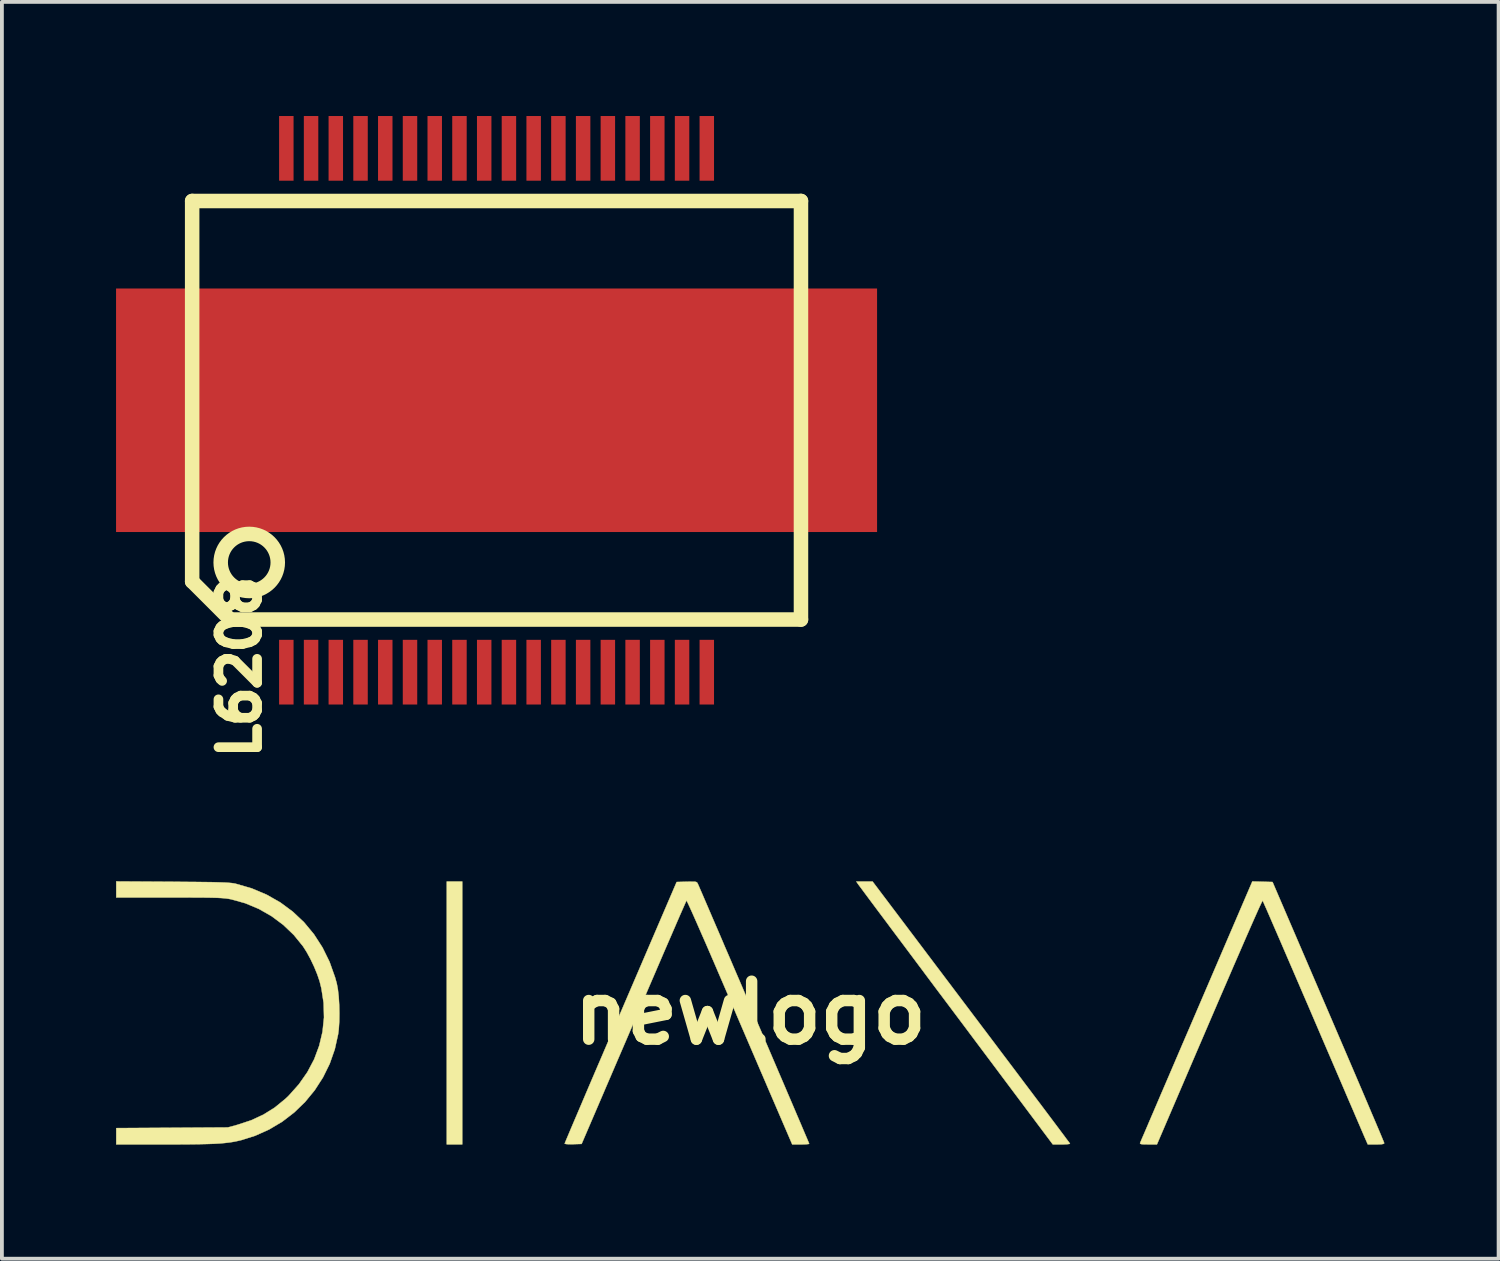
<source format=kicad_pcb>
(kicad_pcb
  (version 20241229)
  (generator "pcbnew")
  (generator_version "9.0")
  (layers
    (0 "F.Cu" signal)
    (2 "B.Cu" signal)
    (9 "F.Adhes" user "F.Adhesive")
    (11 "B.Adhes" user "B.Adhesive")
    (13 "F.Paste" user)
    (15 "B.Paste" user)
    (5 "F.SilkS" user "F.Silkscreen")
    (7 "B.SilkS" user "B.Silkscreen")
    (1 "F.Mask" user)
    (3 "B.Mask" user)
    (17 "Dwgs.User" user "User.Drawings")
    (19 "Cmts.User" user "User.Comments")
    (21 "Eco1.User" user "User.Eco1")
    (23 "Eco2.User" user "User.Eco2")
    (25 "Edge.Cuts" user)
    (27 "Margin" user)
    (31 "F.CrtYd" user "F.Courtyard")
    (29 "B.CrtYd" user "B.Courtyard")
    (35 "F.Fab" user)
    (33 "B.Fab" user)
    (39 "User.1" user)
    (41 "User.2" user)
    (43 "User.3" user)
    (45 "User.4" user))
  (footprint "newlogo"
    (layer "F.Cu")
    (at 16.667 23.571)
    (property "Reference" "newlogo" (at 0 0 0) (layer "F.SilkS") (effects (font (size 1.524 1.524) (thickness 0.3))))
    (attr through_hole)
    (fp_poly (pts (xy -7.569 3.454) (xy -7.976 3.454) (xy -7.976 -3.454) (xy -7.569 -3.454) (xy -7.569 3.454)) (stroke (width 0.01) (type solid)) (fill yes) (layer "F.SilkS"))
    (fp_poly (pts (xy 5.805 -0.02) (xy 6.084 0.35) (xy 6.355 0.709) (xy 6.616 1.056) (xy 6.866 1.387) (xy 7.102 1.701) (xy 7.324 1.996) (xy 7.53 2.269) (xy 7.718 2.519) (xy 7.886 2.743) (xy 8.034 2.94) (xy 8.159 3.107) (xy 8.26 3.242) (xy 8.335 3.343) (xy 8.384 3.407) (xy 8.403 3.434) (xy 8.403 3.434) (xy 8.384 3.443) (xy 8.324 3.45) (xy 8.235 3.454) (xy 8.181 3.454) (xy 7.951 3.454) (xy 5.409 0.059) (xy 5.132 -0.31) (xy 4.863 -0.668) (xy 4.604 -1.015) (xy 4.357 -1.346) (xy 4.122 -1.66) (xy 3.901 -1.955) (xy 3.696 -2.229) (xy 3.509 -2.48) (xy 3.341 -2.704) (xy 3.194 -2.901) (xy 3.069 -3.069) (xy 2.969 -3.204) (xy 2.894 -3.305) (xy 2.846 -3.369) (xy 2.827 -3.395) (xy 2.788 -3.454) (xy 3.215 -3.454) (xy 5.805 -0.02)) (stroke (width 0.01) (type solid)) (fill yes) (layer "F.SilkS"))
    (fp_poly (pts (xy 13.461 -3.449) (xy 13.726 -3.442) (xy 15.194 -0.025) (xy 15.364 0.371) (xy 15.528 0.754) (xy 15.686 1.122) (xy 15.836 1.472) (xy 15.977 1.802) (xy 16.108 2.109) (xy 16.228 2.391) (xy 16.335 2.644) (xy 16.43 2.866) (xy 16.51 3.055) (xy 16.574 3.207) (xy 16.621 3.321) (xy 16.651 3.394) (xy 16.662 3.422) (xy 16.662 3.423) (xy 16.646 3.439) (xy 16.592 3.45) (xy 16.496 3.454) (xy 16.446 3.454) (xy 16.229 3.454) (xy 16.182 3.346) (xy 16.166 3.31) (xy 16.131 3.23) (xy 16.079 3.109) (xy 16.011 2.95) (xy 15.927 2.755) (xy 15.83 2.528) (xy 15.719 2.272) (xy 15.598 1.988) (xy 15.466 1.681) (xy 15.325 1.353) (xy 15.176 1.006) (xy 15.02 0.644) (xy 14.86 0.27) (xy 14.809 0.152) (xy 14.648 -0.224) (xy 14.491 -0.587) (xy 14.342 -0.934) (xy 14.2 -1.263) (xy 14.067 -1.571) (xy 13.945 -1.855) (xy 13.833 -2.113) (xy 13.734 -2.341) (xy 13.649 -2.538) (xy 13.579 -2.699) (xy 13.524 -2.823) (xy 13.487 -2.907) (xy 13.468 -2.948) (xy 13.466 -2.952) (xy 13.457 -2.938) (xy 13.434 -2.893) (xy 13.396 -2.813) (xy 13.344 -2.699) (xy 13.277 -2.549) (xy 13.195 -2.364) (xy 13.097 -2.141) (xy 12.983 -1.88) (xy 12.853 -1.58) (xy 12.705 -1.24) (xy 12.541 -0.859) (xy 12.358 -0.437) (xy 12.158 0.028) (xy 11.94 0.536) (xy 11.702 1.089) (xy 11.446 1.687) (xy 11.246 2.153) (xy 10.688 3.454) (xy 10.459 3.454) (xy 10.349 3.453) (xy 10.282 3.448) (xy 10.249 3.438) (xy 10.243 3.422) (xy 10.245 3.418) (xy 10.256 3.391) (xy 10.286 3.32) (xy 10.335 3.207) (xy 10.4 3.056) (xy 10.48 2.868) (xy 10.575 2.647) (xy 10.683 2.395) (xy 10.803 2.114) (xy 10.935 1.808) (xy 11.076 1.479) (xy 11.226 1.129) (xy 11.384 0.761) (xy 11.549 0.378) (xy 11.719 -0.018) (xy 11.727 -0.037) (xy 13.195 -3.456) (xy 13.461 -3.449)) (stroke (width 0.01) (type solid)) (fill yes) (layer "F.SilkS"))
    (fp_poly (pts (xy -15.183 -3.448) (xy -14.865 -3.445) (xy -14.593 -3.443) (xy -14.364 -3.44) (xy -14.172 -3.438) (xy -14.014 -3.434) (xy -13.885 -3.43) (xy -13.781 -3.426) (xy -13.698 -3.42) (xy -13.631 -3.414) (xy -13.575 -3.406) (xy -13.528 -3.397) (xy -13.513 -3.393) (xy -13.097 -3.272) (xy -12.709 -3.108) (xy -12.35 -2.904) (xy -12.022 -2.661) (xy -11.726 -2.382) (xy -11.466 -2.068) (xy -11.242 -1.721) (xy -11.056 -1.343) (xy -10.911 -0.935) (xy -10.867 -0.777) (xy -10.838 -0.623) (xy -10.816 -0.432) (xy -10.803 -0.217) (xy -10.798 0.006) (xy -10.801 0.225) (xy -10.814 0.426) (xy -10.831 0.559) (xy -10.919 0.956) (xy -11.052 1.335) (xy -11.229 1.694) (xy -11.445 2.029) (xy -11.698 2.337) (xy -11.984 2.614) (xy -12.3 2.857) (xy -12.644 3.062) (xy -13.012 3.227) (xy -13.373 3.341) (xy -13.475 3.365) (xy -13.577 3.386) (xy -13.685 3.403) (xy -13.804 3.417) (xy -13.938 3.429) (xy -14.092 3.438) (xy -14.272 3.444) (xy -14.482 3.449) (xy -14.728 3.452) (xy -15.014 3.454) (xy -15.344 3.454) (xy -15.395 3.454) (xy -16.662 3.454) (xy -16.662 3.026) (xy -13.729 3.008) (xy -13.479 2.94) (xy -13.12 2.822) (xy -12.795 2.672) (xy -12.497 2.486) (xy -12.218 2.258) (xy -12.128 2.172) (xy -11.862 1.874) (xy -11.639 1.555) (xy -11.46 1.216) (xy -11.328 0.861) (xy -11.241 0.494) (xy -11.202 0.118) (xy -11.212 -0.263) (xy -11.271 -0.646) (xy -11.318 -0.835) (xy -11.379 -1.014) (xy -11.461 -1.214) (xy -11.557 -1.416) (xy -11.659 -1.603) (xy -11.754 -1.752) (xy -11.995 -2.049) (xy -12.272 -2.314) (xy -12.581 -2.544) (xy -12.916 -2.735) (xy -13.272 -2.884) (xy -13.642 -2.987) (xy -13.657 -2.99) (xy -13.711 -3) (xy -13.768 -3.008) (xy -13.834 -3.015) (xy -13.912 -3.021) (xy -14.008 -3.026) (xy -14.126 -3.029) (xy -14.271 -3.032) (xy -14.448 -3.033) (xy -14.66 -3.034) (xy -14.913 -3.035) (xy -15.211 -3.035) (xy -15.272 -3.035) (xy -16.662 -3.035) (xy -16.662 -3.246) (xy -16.662 -3.457) (xy -15.183 -3.448)) (stroke (width 0.01) (type solid)) (fill yes) (layer "F.SilkS"))
    (fp_poly (pts (xy -1.474 -3.451) (xy -1.427 -3.444) (xy -1.4 -3.431) (xy -1.385 -3.408) (xy -1.38 -3.398) (xy -1.359 -3.352) (xy -1.321 -3.264) (xy -1.266 -3.137) (xy -1.196 -2.974) (xy -1.112 -2.779) (xy -1.016 -2.555) (xy -0.908 -2.304) (xy -0.79 -2.031) (xy -0.665 -1.737) (xy -0.531 -1.427) (xy -0.393 -1.104) (xy -0.249 -0.77) (xy -0.103 -0.428) (xy 0.045 -0.083) (xy 0.193 0.263) (xy 0.341 0.607) (xy 0.486 0.946) (xy 0.627 1.276) (xy 0.763 1.594) (xy 0.893 1.897) (xy 1.015 2.183) (xy 1.128 2.447) (xy 1.23 2.687) (xy 1.321 2.899) (xy 1.398 3.081) (xy 1.461 3.229) (xy 1.508 3.339) (xy 1.538 3.41) (xy 1.549 3.438) (xy 1.549 3.438) (xy 1.526 3.445) (xy 1.463 3.451) (xy 1.372 3.454) (xy 1.326 3.454) (xy 1.103 3.454) (xy 0.592 2.267) (xy 0.499 2.051) (xy 0.389 1.794) (xy 0.264 1.504) (xy 0.128 1.187) (xy -0.017 0.85) (xy -0.168 0.498) (xy -0.322 0.14) (xy -0.476 -0.22) (xy -0.628 -0.574) (xy -0.775 -0.915) (xy -0.789 -0.947) (xy -0.919 -1.25) (xy -1.044 -1.539) (xy -1.161 -1.81) (xy -1.271 -2.06) (xy -1.37 -2.286) (xy -1.458 -2.485) (xy -1.533 -2.654) (xy -1.594 -2.788) (xy -1.639 -2.884) (xy -1.667 -2.941) (xy -1.676 -2.954) (xy -1.688 -2.928) (xy -1.719 -2.859) (xy -1.767 -2.75) (xy -1.831 -2.605) (xy -1.908 -2.428) (xy -1.997 -2.222) (xy -2.097 -1.991) (xy -2.207 -1.738) (xy -2.324 -1.466) (xy -2.447 -1.18) (xy -2.49 -1.079) (xy -2.634 -0.745) (xy -2.786 -0.39) (xy -2.944 -0.024) (xy -3.103 0.347) (xy -3.26 0.714) (xy -3.413 1.069) (xy -3.558 1.406) (xy -3.69 1.714) (xy -3.808 1.988) (xy -3.859 2.108) (xy -4.432 3.442) (xy -4.655 3.449) (xy -4.757 3.45) (xy -4.833 3.446) (xy -4.873 3.437) (xy -4.877 3.433) (xy -4.867 3.407) (xy -4.838 3.337) (xy -4.791 3.226) (xy -4.728 3.076) (xy -4.649 2.89) (xy -4.555 2.67) (xy -4.448 2.419) (xy -4.329 2.139) (xy -4.199 1.834) (xy -4.058 1.505) (xy -3.908 1.156) (xy -3.751 0.789) (xy -3.587 0.406) (xy -3.417 0.011) (xy -3.405 -0.016) (xy -1.934 -3.442) (xy -1.67 -3.449) (xy -1.551 -3.451) (xy -1.474 -3.451)) (stroke (width 0.01) (type solid)) (fill yes) (layer "F.SilkS")))
  (footprint "L6208"
    (layer "F.Cu")
    (at 10 7.732)
    (property "Reference" "L6208" (at -6.75 6.75 90) (layer "F.SilkS") (effects (font (size 1.016 1.016) (thickness 0.254))))
    (attr smd)
    (fp_line (start -8 -5.5) (end -8 4.5) (stroke (width 0.381) (type solid)) (layer "F.SilkS"))
    (fp_line (start -8 4.5) (end -7 5.5) (stroke (width 0.381) (type solid)) (layer "F.SilkS"))
    (fp_line (start -7 5.5) (end 8 5.5) (stroke (width 0.381) (type solid)) (layer "F.SilkS"))
    (fp_line (start 8 -5.5) (end -8 -5.5) (stroke (width 0.381) (type solid)) (layer "F.SilkS"))
    (fp_line (start 8 5.5) (end 8 -5.5) (stroke (width 0.381) (type solid)) (layer "F.SilkS"))
    (fp_circle (center -6.5 4) (end -6.5 3.25) (stroke (width 0.381) (type solid)) (fill no) (layer "F.SilkS"))
    (pad "CLOCK" smd rect (at 0.325 6.883) (size 0.38 1.7) (layers "F.Cu" "F.Mask" "F.Paste"))
    (pad "CONTROL" smd rect (at -0.325 -6.883) (size 0.38 1.7) (layers "F.Cu" "F.Mask" "F.Paste"))
    (pad "CW/CCW" smd rect (at 0.975 6.883) (size 0.38 1.7) (layers "F.Cu" "F.Mask" "F.Paste"))
    (pad "EN" smd rect (at -0.975 -6.883) (size 0.38 1.7) (layers "F.Cu" "F.Mask" "F.Paste"))
    (pad "GND" smd rect (at -5.525 -6.883) (size 0.38 1.7) (layers "F.Cu" "F.Mask" "F.Paste"))
    (pad "GND" smd rect (at -5.525 6.883) (size 0.38 1.7) (layers "F.Cu" "F.Mask" "F.Paste"))
    (pad "GND" smd rect (at 5.525 -6.883) (size 0.38 1.7) (layers "F.Cu" "F.Mask" "F.Paste"))
    (pad "GND" smd rect (at 5.525 6.883) (size 0.38 1.7) (layers "F.Cu" "F.Mask" "F.Paste"))
    (pad "HALF/FULL" smd rect (at 0.325 -6.883) (size 0.38 1.7) (layers "F.Cu" "F.Mask" "F.Paste"))
    (pad "NC" smd rect (at -4.875 -6.883) (size 0.38 1.7) (layers "F.Cu" "F.Mask" "F.Paste"))
    (pad "NC" smd rect (at -4.875 6.883) (size 0.38 1.7) (layers "F.Cu" "F.Mask" "F.Paste"))
    (pad "NC" smd rect (at -4.225 -6.883) (size 0.38 1.7) (layers "F.Cu" "F.Mask" "F.Paste"))
    (pad "NC" smd rect (at -4.225 6.883) (size 0.38 1.7) (layers "F.Cu" "F.Mask" "F.Paste"))
    (pad "NC" smd rect (at -2.275 -6.883) (size 0.38 1.7) (layers "F.Cu" "F.Mask" "F.Paste"))
    (pad "NC" smd rect (at -2.275 6.883) (size 0.38 1.7) (layers "F.Cu" "F.Mask" "F.Paste"))
    (pad "NC" smd rect (at 2.925 -6.883) (size 0.38 1.7) (layers "F.Cu" "F.Mask" "F.Paste"))
    (pad "NC" smd rect (at 2.925 6.883) (size 0.38 1.7) (layers "F.Cu" "F.Mask" "F.Paste"))
    (pad "NC" smd rect (at 4.225 -6.883) (size 0.38 1.7) (layers "F.Cu" "F.Mask" "F.Paste"))
    (pad "NC" smd rect (at 4.225 6.883) (size 0.38 1.7) (layers "F.Cu" "F.Mask" "F.Paste"))
    (pad "NC" smd rect (at 4.875 -6.883) (size 0.38 1.7) (layers "F.Cu" "F.Mask" "F.Paste"))
    (pad "NC" smd rect (at 4.875 6.883) (size 0.38 1.7) (layers "F.Cu" "F.Mask" "F.Paste"))
    (pad "OUT1A" smd rect (at 3.575 6.883) (size 0.38 1.7) (layers "F.Cu" "F.Mask" "F.Paste"))
    (pad "OUT1B" smd rect (at 3.575 -6.883) (size 0.38 1.7) (layers "F.Cu" "F.Mask" "F.Paste"))
    (pad "OUT2A" smd rect (at -2.925 6.883) (size 0.38 1.7) (layers "F.Cu" "F.Mask" "F.Paste"))
    (pad "OUT2B" smd rect (at -2.925 -6.883) (size 0.38 1.7) (layers "F.Cu" "F.Mask" "F.Paste"))
    (pad "RC_A" smd rect (at 2.275 6.883) (size 0.38 1.7) (layers "F.Cu" "F.Mask" "F.Paste"))
    (pad "RC_B" smd rect (at 2.275 -6.883) (size 0.38 1.7) (layers "F.Cu" "F.Mask" "F.Paste"))
    (pad "RESET" smd rect (at -0.975 6.883) (size 0.38 1.7) (layers "F.Cu" "F.Mask" "F.Paste"))
    (pad "SENSE_A" smd rect (at 1.625 6.883) (size 0.38 1.7) (layers "F.Cu" "F.Mask" "F.Paste"))
    (pad "SENSE_B" smd rect (at 1.625 -6.883) (size 0.38 1.7) (layers "F.Cu" "F.Mask" "F.Paste"))
    (pad "THERMAL" smd rect (at 0 0) (size 20 6.4) (layers "F.Cu" "F.Mask" "F.Paste"))
    (pad "VBOOT" smd rect (at -1.625 -6.883) (size 0.38 1.7) (layers "F.Cu" "F.Mask" "F.Paste"))
    (pad "VCP" smd rect (at -1.625 6.883) (size 0.38 1.7) (layers "F.Cu" "F.Mask" "F.Paste"))
    (pad "VREF_A" smd rect (at -0.325 6.883) (size 0.38 1.7) (layers "F.Cu" "F.Mask" "F.Paste"))
    (pad "VREF_B" smd rect (at 0.975 -6.883) (size 0.38 1.7) (layers "F.Cu" "F.Mask" "F.Paste"))
    (pad "VS_A" smd rect (at -3.575 6.883) (size 0.38 1.7) (layers "F.Cu" "F.Mask" "F.Paste"))
    (pad "VS_B" smd rect (at -3.575 -6.883) (size 0.38 1.7) (layers "F.Cu" "F.Mask" "F.Paste")))
  (gr_rect
    (start -3 -3)
    (end 36.334 30.03)
    (stroke (width 0.1) (type default))
    (fill no)
    (layer "Edge.Cuts")))
</source>
